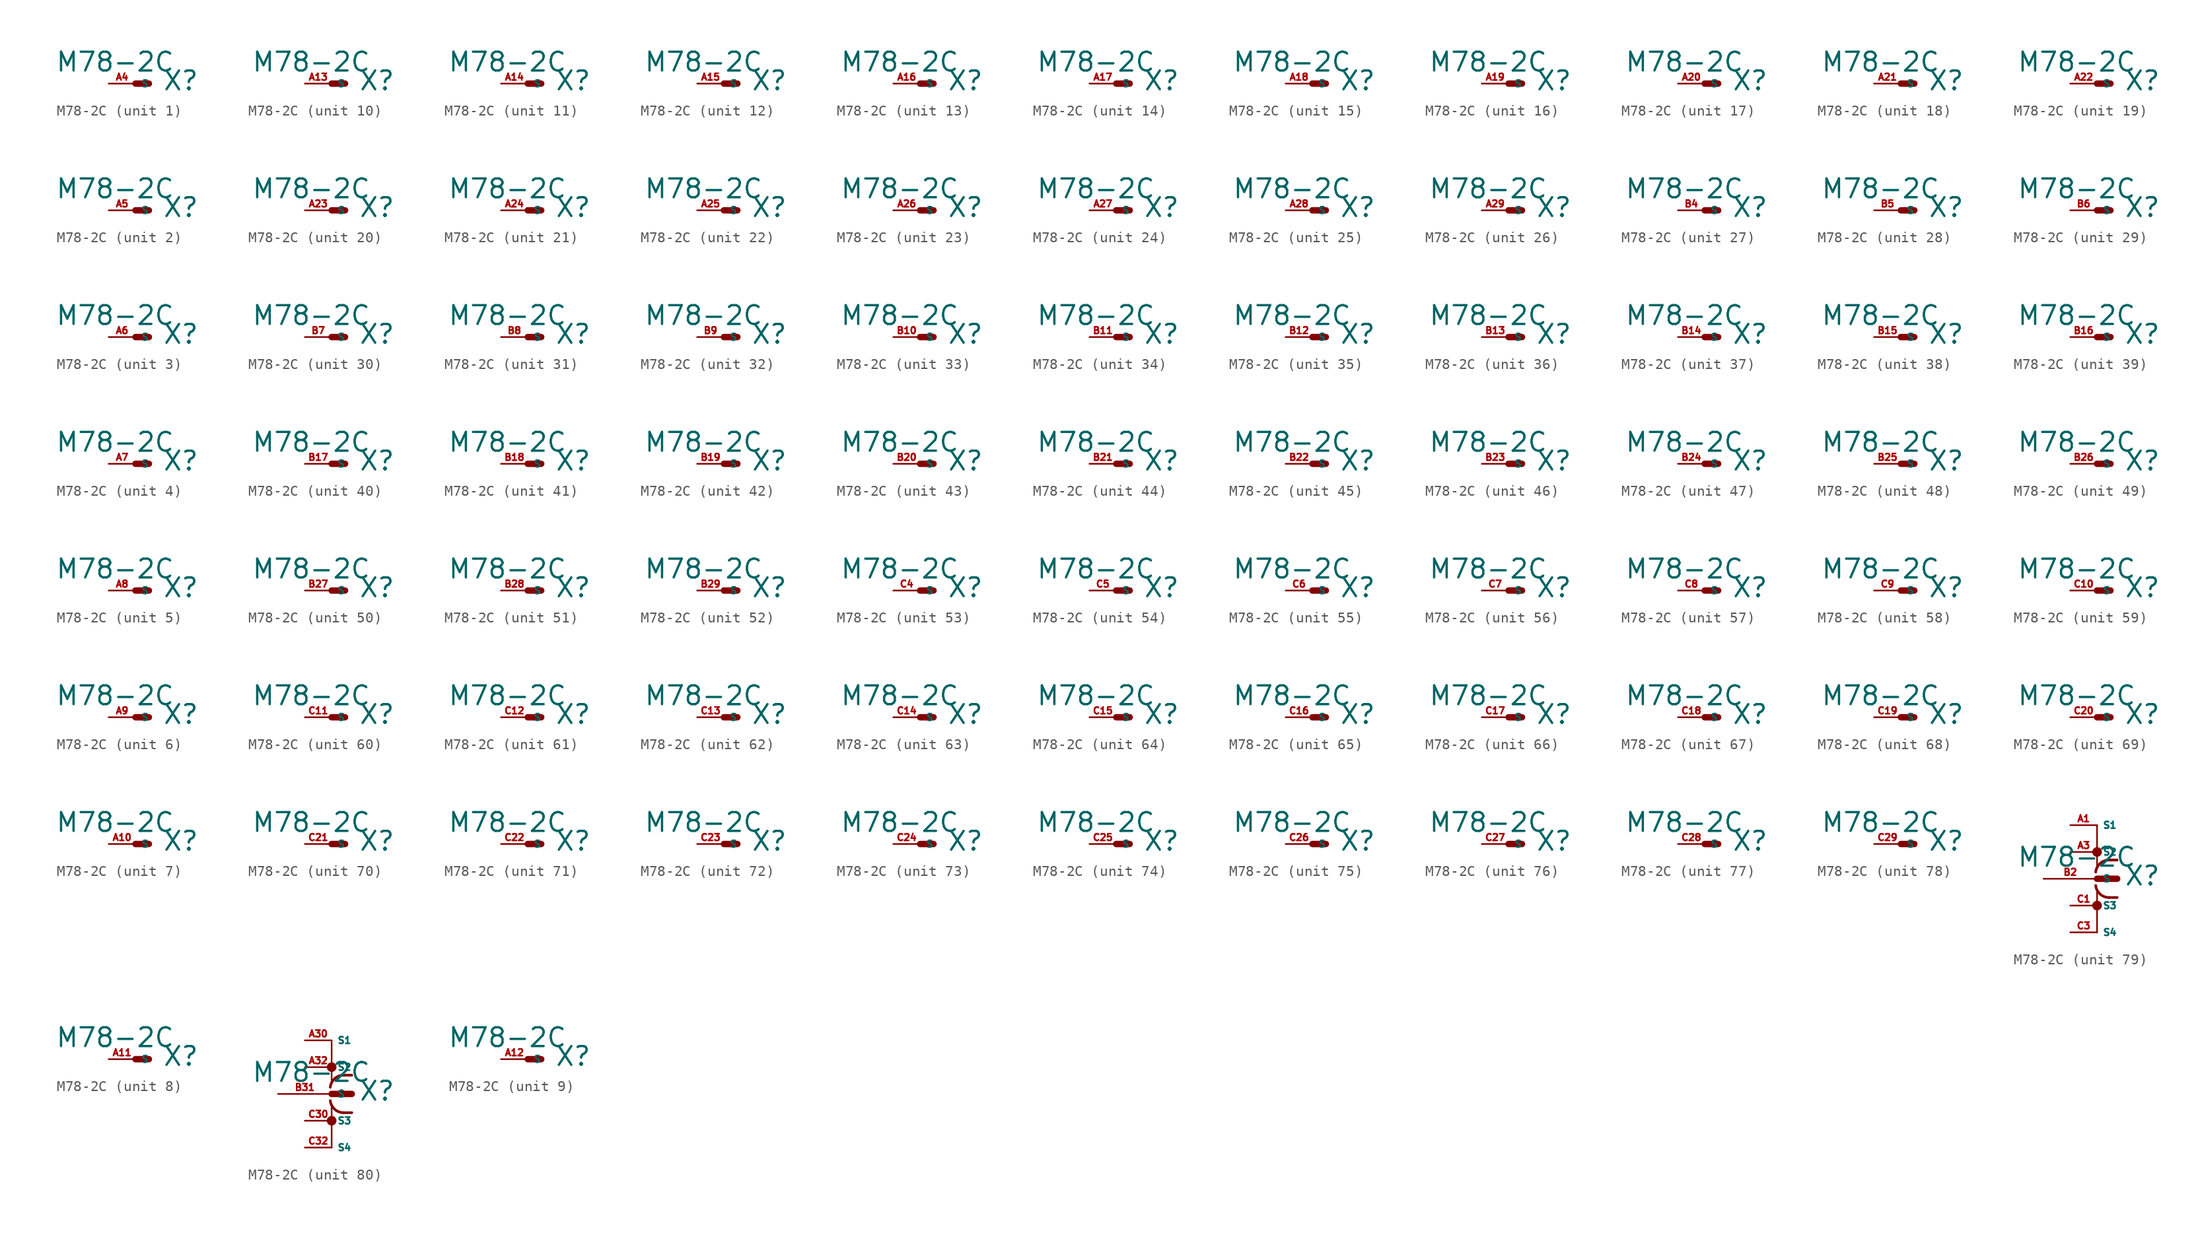
<source format=kicad_sym>
(kicad_symbol_lib
  (version 20220914)
  (generator Eagle2Kicad)
  (symbol "M78-2C"
    (property "Reference" "X"
      (at 2.54 -0.762 0)
      (effects (font (size 1.778 1.778) (thickness 0.22)) (justify left bottom)))
    (property "Value" "M78-2C"
      (at -7.62 1.016 0)
      (effects (font (size 1.778 1.778) (thickness 0.22)) (justify left bottom)))
    (symbol "M78-2C_1_0"
      (polyline (pts (xy 0 0) (xy 1.27 0)) (stroke (width 0.61) (type default)) (fill (type none)))
      (pin passive line (at -2.54 0 0) (length 2.54) (name "S" (effects (font (size 0.635 0.635) (thickness 0.08)) (justify left bottom))) (number "A4" (effects (font (size 0.635 0.635) (thickness 0.08)) (justify left bottom)))))
    (symbol "M78-2C_2_0"
      (polyline (pts (xy 0 0) (xy 1.27 0)) (stroke (width 0.61) (type default)) (fill (type none)))
      (pin passive line (at -2.54 0 0) (length 2.54) (name "S" (effects (font (size 0.635 0.635) (thickness 0.08)) (justify left bottom))) (number "A5" (effects (font (size 0.635 0.635) (thickness 0.08)) (justify left bottom)))))
    (symbol "M78-2C_3_0"
      (polyline (pts (xy 0 0) (xy 1.27 0)) (stroke (width 0.61) (type default)) (fill (type none)))
      (pin passive line (at -2.54 0 0) (length 2.54) (name "S" (effects (font (size 0.635 0.635) (thickness 0.08)) (justify left bottom))) (number "A6" (effects (font (size 0.635 0.635) (thickness 0.08)) (justify left bottom)))))
    (symbol "M78-2C_4_0"
      (polyline (pts (xy 0 0) (xy 1.27 0)) (stroke (width 0.61) (type default)) (fill (type none)))
      (pin passive line (at -2.54 0 0) (length 2.54) (name "S" (effects (font (size 0.635 0.635) (thickness 0.08)) (justify left bottom))) (number "A7" (effects (font (size 0.635 0.635) (thickness 0.08)) (justify left bottom)))))
    (symbol "M78-2C_5_0"
      (polyline (pts (xy 0 0) (xy 1.27 0)) (stroke (width 0.61) (type default)) (fill (type none)))
      (pin passive line (at -2.54 0 0) (length 2.54) (name "S" (effects (font (size 0.635 0.635) (thickness 0.08)) (justify left bottom))) (number "A8" (effects (font (size 0.635 0.635) (thickness 0.08)) (justify left bottom)))))
    (symbol "M78-2C_6_0"
      (polyline (pts (xy 0 0) (xy 1.27 0)) (stroke (width 0.61) (type default)) (fill (type none)))
      (pin passive line (at -2.54 0 0) (length 2.54) (name "S" (effects (font (size 0.635 0.635) (thickness 0.08)) (justify left bottom))) (number "A9" (effects (font (size 0.635 0.635) (thickness 0.08)) (justify left bottom)))))
    (symbol "M78-2C_7_0"
      (polyline (pts (xy 0 0) (xy 1.27 0)) (stroke (width 0.61) (type default)) (fill (type none)))
      (pin passive line (at -2.54 0 0) (length 2.54) (name "S" (effects (font (size 0.635 0.635) (thickness 0.08)) (justify left bottom))) (number "A10" (effects (font (size 0.635 0.635) (thickness 0.08)) (justify left bottom)))))
    (symbol "M78-2C_8_0"
      (polyline (pts (xy 0 0) (xy 1.27 0)) (stroke (width 0.61) (type default)) (fill (type none)))
      (pin passive line (at -2.54 0 0) (length 2.54) (name "S" (effects (font (size 0.635 0.635) (thickness 0.08)) (justify left bottom))) (number "A11" (effects (font (size 0.635 0.635) (thickness 0.08)) (justify left bottom)))))
    (symbol "M78-2C_9_0"
      (polyline (pts (xy 0 0) (xy 1.27 0)) (stroke (width 0.61) (type default)) (fill (type none)))
      (pin passive line (at -2.54 0 0) (length 2.54) (name "S" (effects (font (size 0.635 0.635) (thickness 0.08)) (justify left bottom))) (number "A12" (effects (font (size 0.635 0.635) (thickness 0.08)) (justify left bottom)))))
    (symbol "M78-2C_10_0"
      (polyline (pts (xy 0 0) (xy 1.27 0)) (stroke (width 0.61) (type default)) (fill (type none)))
      (pin passive line (at -2.54 0 0) (length 2.54) (name "S" (effects (font (size 0.635 0.635) (thickness 0.08)) (justify left bottom))) (number "A13" (effects (font (size 0.635 0.635) (thickness 0.08)) (justify left bottom)))))
    (symbol "M78-2C_11_0"
      (polyline (pts (xy 0 0) (xy 1.27 0)) (stroke (width 0.61) (type default)) (fill (type none)))
      (pin passive line (at -2.54 0 0) (length 2.54) (name "S" (effects (font (size 0.635 0.635) (thickness 0.08)) (justify left bottom))) (number "A14" (effects (font (size 0.635 0.635) (thickness 0.08)) (justify left bottom)))))
    (symbol "M78-2C_12_0"
      (polyline (pts (xy 0 0) (xy 1.27 0)) (stroke (width 0.61) (type default)) (fill (type none)))
      (pin passive line (at -2.54 0 0) (length 2.54) (name "S" (effects (font (size 0.635 0.635) (thickness 0.08)) (justify left bottom))) (number "A15" (effects (font (size 0.635 0.635) (thickness 0.08)) (justify left bottom)))))
    (symbol "M78-2C_13_0"
      (polyline (pts (xy 0 0) (xy 1.27 0)) (stroke (width 0.61) (type default)) (fill (type none)))
      (pin passive line (at -2.54 0 0) (length 2.54) (name "S" (effects (font (size 0.635 0.635) (thickness 0.08)) (justify left bottom))) (number "A16" (effects (font (size 0.635 0.635) (thickness 0.08)) (justify left bottom)))))
    (symbol "M78-2C_14_0"
      (polyline (pts (xy 0 0) (xy 1.27 0)) (stroke (width 0.61) (type default)) (fill (type none)))
      (pin passive line (at -2.54 0 0) (length 2.54) (name "S" (effects (font (size 0.635 0.635) (thickness 0.08)) (justify left bottom))) (number "A17" (effects (font (size 0.635 0.635) (thickness 0.08)) (justify left bottom)))))
    (symbol "M78-2C_15_0"
      (polyline (pts (xy 0 0) (xy 1.27 0)) (stroke (width 0.61) (type default)) (fill (type none)))
      (pin passive line (at -2.54 0 0) (length 2.54) (name "S" (effects (font (size 0.635 0.635) (thickness 0.08)) (justify left bottom))) (number "A18" (effects (font (size 0.635 0.635) (thickness 0.08)) (justify left bottom)))))
    (symbol "M78-2C_16_0"
      (polyline (pts (xy 0 0) (xy 1.27 0)) (stroke (width 0.61) (type default)) (fill (type none)))
      (pin passive line (at -2.54 0 0) (length 2.54) (name "S" (effects (font (size 0.635 0.635) (thickness 0.08)) (justify left bottom))) (number "A19" (effects (font (size 0.635 0.635) (thickness 0.08)) (justify left bottom)))))
    (symbol "M78-2C_17_0"
      (polyline (pts (xy 0 0) (xy 1.27 0)) (stroke (width 0.61) (type default)) (fill (type none)))
      (pin passive line (at -2.54 0 0) (length 2.54) (name "S" (effects (font (size 0.635 0.635) (thickness 0.08)) (justify left bottom))) (number "A20" (effects (font (size 0.635 0.635) (thickness 0.08)) (justify left bottom)))))
    (symbol "M78-2C_18_0"
      (polyline (pts (xy 0 0) (xy 1.27 0)) (stroke (width 0.61) (type default)) (fill (type none)))
      (pin passive line (at -2.54 0 0) (length 2.54) (name "S" (effects (font (size 0.635 0.635) (thickness 0.08)) (justify left bottom))) (number "A21" (effects (font (size 0.635 0.635) (thickness 0.08)) (justify left bottom)))))
    (symbol "M78-2C_19_0"
      (polyline (pts (xy 0 0) (xy 1.27 0)) (stroke (width 0.61) (type default)) (fill (type none)))
      (pin passive line (at -2.54 0 0) (length 2.54) (name "S" (effects (font (size 0.635 0.635) (thickness 0.08)) (justify left bottom))) (number "A22" (effects (font (size 0.635 0.635) (thickness 0.08)) (justify left bottom)))))
    (symbol "M78-2C_20_0"
      (polyline (pts (xy 0 0) (xy 1.27 0)) (stroke (width 0.61) (type default)) (fill (type none)))
      (pin passive line (at -2.54 0 0) (length 2.54) (name "S" (effects (font (size 0.635 0.635) (thickness 0.08)) (justify left bottom))) (number "A23" (effects (font (size 0.635 0.635) (thickness 0.08)) (justify left bottom)))))
    (symbol "M78-2C_21_0"
      (polyline (pts (xy 0 0) (xy 1.27 0)) (stroke (width 0.61) (type default)) (fill (type none)))
      (pin passive line (at -2.54 0 0) (length 2.54) (name "S" (effects (font (size 0.635 0.635) (thickness 0.08)) (justify left bottom))) (number "A24" (effects (font (size 0.635 0.635) (thickness 0.08)) (justify left bottom)))))
    (symbol "M78-2C_22_0"
      (polyline (pts (xy 0 0) (xy 1.27 0)) (stroke (width 0.61) (type default)) (fill (type none)))
      (pin passive line (at -2.54 0 0) (length 2.54) (name "S" (effects (font (size 0.635 0.635) (thickness 0.08)) (justify left bottom))) (number "A25" (effects (font (size 0.635 0.635) (thickness 0.08)) (justify left bottom)))))
    (symbol "M78-2C_23_0"
      (polyline (pts (xy 0 0) (xy 1.27 0)) (stroke (width 0.61) (type default)) (fill (type none)))
      (pin passive line (at -2.54 0 0) (length 2.54) (name "S" (effects (font (size 0.635 0.635) (thickness 0.08)) (justify left bottom))) (number "A26" (effects (font (size 0.635 0.635) (thickness 0.08)) (justify left bottom)))))
    (symbol "M78-2C_24_0"
      (polyline (pts (xy 0 0) (xy 1.27 0)) (stroke (width 0.61) (type default)) (fill (type none)))
      (pin passive line (at -2.54 0 0) (length 2.54) (name "S" (effects (font (size 0.635 0.635) (thickness 0.08)) (justify left bottom))) (number "A27" (effects (font (size 0.635 0.635) (thickness 0.08)) (justify left bottom)))))
    (symbol "M78-2C_25_0"
      (polyline (pts (xy 0 0) (xy 1.27 0)) (stroke (width 0.61) (type default)) (fill (type none)))
      (pin passive line (at -2.54 0 0) (length 2.54) (name "S" (effects (font (size 0.635 0.635) (thickness 0.08)) (justify left bottom))) (number "A28" (effects (font (size 0.635 0.635) (thickness 0.08)) (justify left bottom)))))
    (symbol "M78-2C_26_0"
      (polyline (pts (xy 0 0) (xy 1.27 0)) (stroke (width 0.61) (type default)) (fill (type none)))
      (pin passive line (at -2.54 0 0) (length 2.54) (name "S" (effects (font (size 0.635 0.635) (thickness 0.08)) (justify left bottom))) (number "A29" (effects (font (size 0.635 0.635) (thickness 0.08)) (justify left bottom)))))
    (symbol "M78-2C_27_0"
      (polyline (pts (xy 0 0) (xy 1.27 0)) (stroke (width 0.61) (type default)) (fill (type none)))
      (pin passive line (at -2.54 0 0) (length 2.54) (name "S" (effects (font (size 0.635 0.635) (thickness 0.08)) (justify left bottom))) (number "B4" (effects (font (size 0.635 0.635) (thickness 0.08)) (justify left bottom)))))
    (symbol "M78-2C_28_0"
      (polyline (pts (xy 0 0) (xy 1.27 0)) (stroke (width 0.61) (type default)) (fill (type none)))
      (pin passive line (at -2.54 0 0) (length 2.54) (name "S" (effects (font (size 0.635 0.635) (thickness 0.08)) (justify left bottom))) (number "B5" (effects (font (size 0.635 0.635) (thickness 0.08)) (justify left bottom)))))
    (symbol "M78-2C_29_0"
      (polyline (pts (xy 0 0) (xy 1.27 0)) (stroke (width 0.61) (type default)) (fill (type none)))
      (pin passive line (at -2.54 0 0) (length 2.54) (name "S" (effects (font (size 0.635 0.635) (thickness 0.08)) (justify left bottom))) (number "B6" (effects (font (size 0.635 0.635) (thickness 0.08)) (justify left bottom)))))
    (symbol "M78-2C_30_0"
      (polyline (pts (xy 0 0) (xy 1.27 0)) (stroke (width 0.61) (type default)) (fill (type none)))
      (pin passive line (at -2.54 0 0) (length 2.54) (name "S" (effects (font (size 0.635 0.635) (thickness 0.08)) (justify left bottom))) (number "B7" (effects (font (size 0.635 0.635) (thickness 0.08)) (justify left bottom)))))
    (symbol "M78-2C_31_0"
      (polyline (pts (xy 0 0) (xy 1.27 0)) (stroke (width 0.61) (type default)) (fill (type none)))
      (pin passive line (at -2.54 0 0) (length 2.54) (name "S" (effects (font (size 0.635 0.635) (thickness 0.08)) (justify left bottom))) (number "B8" (effects (font (size 0.635 0.635) (thickness 0.08)) (justify left bottom)))))
    (symbol "M78-2C_32_0"
      (polyline (pts (xy 0 0) (xy 1.27 0)) (stroke (width 0.61) (type default)) (fill (type none)))
      (pin passive line (at -2.54 0 0) (length 2.54) (name "S" (effects (font (size 0.635 0.635) (thickness 0.08)) (justify left bottom))) (number "B9" (effects (font (size 0.635 0.635) (thickness 0.08)) (justify left bottom)))))
    (symbol "M78-2C_33_0"
      (polyline (pts (xy 0 0) (xy 1.27 0)) (stroke (width 0.61) (type default)) (fill (type none)))
      (pin passive line (at -2.54 0 0) (length 2.54) (name "S" (effects (font (size 0.635 0.635) (thickness 0.08)) (justify left bottom))) (number "B10" (effects (font (size 0.635 0.635) (thickness 0.08)) (justify left bottom)))))
    (symbol "M78-2C_34_0"
      (polyline (pts (xy 0 0) (xy 1.27 0)) (stroke (width 0.61) (type default)) (fill (type none)))
      (pin passive line (at -2.54 0 0) (length 2.54) (name "S" (effects (font (size 0.635 0.635) (thickness 0.08)) (justify left bottom))) (number "B11" (effects (font (size 0.635 0.635) (thickness 0.08)) (justify left bottom)))))
    (symbol "M78-2C_35_0"
      (polyline (pts (xy 0 0) (xy 1.27 0)) (stroke (width 0.61) (type default)) (fill (type none)))
      (pin passive line (at -2.54 0 0) (length 2.54) (name "S" (effects (font (size 0.635 0.635) (thickness 0.08)) (justify left bottom))) (number "B12" (effects (font (size 0.635 0.635) (thickness 0.08)) (justify left bottom)))))
    (symbol "M78-2C_36_0"
      (polyline (pts (xy 0 0) (xy 1.27 0)) (stroke (width 0.61) (type default)) (fill (type none)))
      (pin passive line (at -2.54 0 0) (length 2.54) (name "S" (effects (font (size 0.635 0.635) (thickness 0.08)) (justify left bottom))) (number "B13" (effects (font (size 0.635 0.635) (thickness 0.08)) (justify left bottom)))))
    (symbol "M78-2C_37_0"
      (polyline (pts (xy 0 0) (xy 1.27 0)) (stroke (width 0.61) (type default)) (fill (type none)))
      (pin passive line (at -2.54 0 0) (length 2.54) (name "S" (effects (font (size 0.635 0.635) (thickness 0.08)) (justify left bottom))) (number "B14" (effects (font (size 0.635 0.635) (thickness 0.08)) (justify left bottom)))))
    (symbol "M78-2C_38_0"
      (polyline (pts (xy 0 0) (xy 1.27 0)) (stroke (width 0.61) (type default)) (fill (type none)))
      (pin passive line (at -2.54 0 0) (length 2.54) (name "S" (effects (font (size 0.635 0.635) (thickness 0.08)) (justify left bottom))) (number "B15" (effects (font (size 0.635 0.635) (thickness 0.08)) (justify left bottom)))))
    (symbol "M78-2C_39_0"
      (polyline (pts (xy 0 0) (xy 1.27 0)) (stroke (width 0.61) (type default)) (fill (type none)))
      (pin passive line (at -2.54 0 0) (length 2.54) (name "S" (effects (font (size 0.635 0.635) (thickness 0.08)) (justify left bottom))) (number "B16" (effects (font (size 0.635 0.635) (thickness 0.08)) (justify left bottom)))))
    (symbol "M78-2C_40_0"
      (polyline (pts (xy 0 0) (xy 1.27 0)) (stroke (width 0.61) (type default)) (fill (type none)))
      (pin passive line (at -2.54 0 0) (length 2.54) (name "S" (effects (font (size 0.635 0.635) (thickness 0.08)) (justify left bottom))) (number "B17" (effects (font (size 0.635 0.635) (thickness 0.08)) (justify left bottom)))))
    (symbol "M78-2C_41_0"
      (polyline (pts (xy 0 0) (xy 1.27 0)) (stroke (width 0.61) (type default)) (fill (type none)))
      (pin passive line (at -2.54 0 0) (length 2.54) (name "S" (effects (font (size 0.635 0.635) (thickness 0.08)) (justify left bottom))) (number "B18" (effects (font (size 0.635 0.635) (thickness 0.08)) (justify left bottom)))))
    (symbol "M78-2C_42_0"
      (polyline (pts (xy 0 0) (xy 1.27 0)) (stroke (width 0.61) (type default)) (fill (type none)))
      (pin passive line (at -2.54 0 0) (length 2.54) (name "S" (effects (font (size 0.635 0.635) (thickness 0.08)) (justify left bottom))) (number "B19" (effects (font (size 0.635 0.635) (thickness 0.08)) (justify left bottom)))))
    (symbol "M78-2C_43_0"
      (polyline (pts (xy 0 0) (xy 1.27 0)) (stroke (width 0.61) (type default)) (fill (type none)))
      (pin passive line (at -2.54 0 0) (length 2.54) (name "S" (effects (font (size 0.635 0.635) (thickness 0.08)) (justify left bottom))) (number "B20" (effects (font (size 0.635 0.635) (thickness 0.08)) (justify left bottom)))))
    (symbol "M78-2C_44_0"
      (polyline (pts (xy 0 0) (xy 1.27 0)) (stroke (width 0.61) (type default)) (fill (type none)))
      (pin passive line (at -2.54 0 0) (length 2.54) (name "S" (effects (font (size 0.635 0.635) (thickness 0.08)) (justify left bottom))) (number "B21" (effects (font (size 0.635 0.635) (thickness 0.08)) (justify left bottom)))))
    (symbol "M78-2C_45_0"
      (polyline (pts (xy 0 0) (xy 1.27 0)) (stroke (width 0.61) (type default)) (fill (type none)))
      (pin passive line (at -2.54 0 0) (length 2.54) (name "S" (effects (font (size 0.635 0.635) (thickness 0.08)) (justify left bottom))) (number "B22" (effects (font (size 0.635 0.635) (thickness 0.08)) (justify left bottom)))))
    (symbol "M78-2C_46_0"
      (polyline (pts (xy 0 0) (xy 1.27 0)) (stroke (width 0.61) (type default)) (fill (type none)))
      (pin passive line (at -2.54 0 0) (length 2.54) (name "S" (effects (font (size 0.635 0.635) (thickness 0.08)) (justify left bottom))) (number "B23" (effects (font (size 0.635 0.635) (thickness 0.08)) (justify left bottom)))))
    (symbol "M78-2C_47_0"
      (polyline (pts (xy 0 0) (xy 1.27 0)) (stroke (width 0.61) (type default)) (fill (type none)))
      (pin passive line (at -2.54 0 0) (length 2.54) (name "S" (effects (font (size 0.635 0.635) (thickness 0.08)) (justify left bottom))) (number "B24" (effects (font (size 0.635 0.635) (thickness 0.08)) (justify left bottom)))))
    (symbol "M78-2C_48_0"
      (polyline (pts (xy 0 0) (xy 1.27 0)) (stroke (width 0.61) (type default)) (fill (type none)))
      (pin passive line (at -2.54 0 0) (length 2.54) (name "S" (effects (font (size 0.635 0.635) (thickness 0.08)) (justify left bottom))) (number "B25" (effects (font (size 0.635 0.635) (thickness 0.08)) (justify left bottom)))))
    (symbol "M78-2C_49_0"
      (polyline (pts (xy 0 0) (xy 1.27 0)) (stroke (width 0.61) (type default)) (fill (type none)))
      (pin passive line (at -2.54 0 0) (length 2.54) (name "S" (effects (font (size 0.635 0.635) (thickness 0.08)) (justify left bottom))) (number "B26" (effects (font (size 0.635 0.635) (thickness 0.08)) (justify left bottom)))))
    (symbol "M78-2C_50_0"
      (polyline (pts (xy 0 0) (xy 1.27 0)) (stroke (width 0.61) (type default)) (fill (type none)))
      (pin passive line (at -2.54 0 0) (length 2.54) (name "S" (effects (font (size 0.635 0.635) (thickness 0.08)) (justify left bottom))) (number "B27" (effects (font (size 0.635 0.635) (thickness 0.08)) (justify left bottom)))))
    (symbol "M78-2C_51_0"
      (polyline (pts (xy 0 0) (xy 1.27 0)) (stroke (width 0.61) (type default)) (fill (type none)))
      (pin passive line (at -2.54 0 0) (length 2.54) (name "S" (effects (font (size 0.635 0.635) (thickness 0.08)) (justify left bottom))) (number "B28" (effects (font (size 0.635 0.635) (thickness 0.08)) (justify left bottom)))))
    (symbol "M78-2C_52_0"
      (polyline (pts (xy 0 0) (xy 1.27 0)) (stroke (width 0.61) (type default)) (fill (type none)))
      (pin passive line (at -2.54 0 0) (length 2.54) (name "S" (effects (font (size 0.635 0.635) (thickness 0.08)) (justify left bottom))) (number "B29" (effects (font (size 0.635 0.635) (thickness 0.08)) (justify left bottom)))))
    (symbol "M78-2C_53_0"
      (polyline (pts (xy 0 0) (xy 1.27 0)) (stroke (width 0.61) (type default)) (fill (type none)))
      (pin passive line (at -2.54 0 0) (length 2.54) (name "S" (effects (font (size 0.635 0.635) (thickness 0.08)) (justify left bottom))) (number "C4" (effects (font (size 0.635 0.635) (thickness 0.08)) (justify left bottom)))))
    (symbol "M78-2C_54_0"
      (polyline (pts (xy 0 0) (xy 1.27 0)) (stroke (width 0.61) (type default)) (fill (type none)))
      (pin passive line (at -2.54 0 0) (length 2.54) (name "S" (effects (font (size 0.635 0.635) (thickness 0.08)) (justify left bottom))) (number "C5" (effects (font (size 0.635 0.635) (thickness 0.08)) (justify left bottom)))))
    (symbol "M78-2C_55_0"
      (polyline (pts (xy 0 0) (xy 1.27 0)) (stroke (width 0.61) (type default)) (fill (type none)))
      (pin passive line (at -2.54 0 0) (length 2.54) (name "S" (effects (font (size 0.635 0.635) (thickness 0.08)) (justify left bottom))) (number "C6" (effects (font (size 0.635 0.635) (thickness 0.08)) (justify left bottom)))))
    (symbol "M78-2C_56_0"
      (polyline (pts (xy 0 0) (xy 1.27 0)) (stroke (width 0.61) (type default)) (fill (type none)))
      (pin passive line (at -2.54 0 0) (length 2.54) (name "S" (effects (font (size 0.635 0.635) (thickness 0.08)) (justify left bottom))) (number "C7" (effects (font (size 0.635 0.635) (thickness 0.08)) (justify left bottom)))))
    (symbol "M78-2C_57_0"
      (polyline (pts (xy 0 0) (xy 1.27 0)) (stroke (width 0.61) (type default)) (fill (type none)))
      (pin passive line (at -2.54 0 0) (length 2.54) (name "S" (effects (font (size 0.635 0.635) (thickness 0.08)) (justify left bottom))) (number "C8" (effects (font (size 0.635 0.635) (thickness 0.08)) (justify left bottom)))))
    (symbol "M78-2C_58_0"
      (polyline (pts (xy 0 0) (xy 1.27 0)) (stroke (width 0.61) (type default)) (fill (type none)))
      (pin passive line (at -2.54 0 0) (length 2.54) (name "S" (effects (font (size 0.635 0.635) (thickness 0.08)) (justify left bottom))) (number "C9" (effects (font (size 0.635 0.635) (thickness 0.08)) (justify left bottom)))))
    (symbol "M78-2C_59_0"
      (polyline (pts (xy 0 0) (xy 1.27 0)) (stroke (width 0.61) (type default)) (fill (type none)))
      (pin passive line (at -2.54 0 0) (length 2.54) (name "S" (effects (font (size 0.635 0.635) (thickness 0.08)) (justify left bottom))) (number "C10" (effects (font (size 0.635 0.635) (thickness 0.08)) (justify left bottom)))))
    (symbol "M78-2C_60_0"
      (polyline (pts (xy 0 0) (xy 1.27 0)) (stroke (width 0.61) (type default)) (fill (type none)))
      (pin passive line (at -2.54 0 0) (length 2.54) (name "S" (effects (font (size 0.635 0.635) (thickness 0.08)) (justify left bottom))) (number "C11" (effects (font (size 0.635 0.635) (thickness 0.08)) (justify left bottom)))))
    (symbol "M78-2C_61_0"
      (polyline (pts (xy 0 0) (xy 1.27 0)) (stroke (width 0.61) (type default)) (fill (type none)))
      (pin passive line (at -2.54 0 0) (length 2.54) (name "S" (effects (font (size 0.635 0.635) (thickness 0.08)) (justify left bottom))) (number "C12" (effects (font (size 0.635 0.635) (thickness 0.08)) (justify left bottom)))))
    (symbol "M78-2C_62_0"
      (polyline (pts (xy 0 0) (xy 1.27 0)) (stroke (width 0.61) (type default)) (fill (type none)))
      (pin passive line (at -2.54 0 0) (length 2.54) (name "S" (effects (font (size 0.635 0.635) (thickness 0.08)) (justify left bottom))) (number "C13" (effects (font (size 0.635 0.635) (thickness 0.08)) (justify left bottom)))))
    (symbol "M78-2C_63_0"
      (polyline (pts (xy 0 0) (xy 1.27 0)) (stroke (width 0.61) (type default)) (fill (type none)))
      (pin passive line (at -2.54 0 0) (length 2.54) (name "S" (effects (font (size 0.635 0.635) (thickness 0.08)) (justify left bottom))) (number "C14" (effects (font (size 0.635 0.635) (thickness 0.08)) (justify left bottom)))))
    (symbol "M78-2C_64_0"
      (polyline (pts (xy 0 0) (xy 1.27 0)) (stroke (width 0.61) (type default)) (fill (type none)))
      (pin passive line (at -2.54 0 0) (length 2.54) (name "S" (effects (font (size 0.635 0.635) (thickness 0.08)) (justify left bottom))) (number "C15" (effects (font (size 0.635 0.635) (thickness 0.08)) (justify left bottom)))))
    (symbol "M78-2C_65_0"
      (polyline (pts (xy 0 0) (xy 1.27 0)) (stroke (width 0.61) (type default)) (fill (type none)))
      (pin passive line (at -2.54 0 0) (length 2.54) (name "S" (effects (font (size 0.635 0.635) (thickness 0.08)) (justify left bottom))) (number "C16" (effects (font (size 0.635 0.635) (thickness 0.08)) (justify left bottom)))))
    (symbol "M78-2C_66_0"
      (polyline (pts (xy 0 0) (xy 1.27 0)) (stroke (width 0.61) (type default)) (fill (type none)))
      (pin passive line (at -2.54 0 0) (length 2.54) (name "S" (effects (font (size 0.635 0.635) (thickness 0.08)) (justify left bottom))) (number "C17" (effects (font (size 0.635 0.635) (thickness 0.08)) (justify left bottom)))))
    (symbol "M78-2C_67_0"
      (polyline (pts (xy 0 0) (xy 1.27 0)) (stroke (width 0.61) (type default)) (fill (type none)))
      (pin passive line (at -2.54 0 0) (length 2.54) (name "S" (effects (font (size 0.635 0.635) (thickness 0.08)) (justify left bottom))) (number "C18" (effects (font (size 0.635 0.635) (thickness 0.08)) (justify left bottom)))))
    (symbol "M78-2C_68_0"
      (polyline (pts (xy 0 0) (xy 1.27 0)) (stroke (width 0.61) (type default)) (fill (type none)))
      (pin passive line (at -2.54 0 0) (length 2.54) (name "S" (effects (font (size 0.635 0.635) (thickness 0.08)) (justify left bottom))) (number "C19" (effects (font (size 0.635 0.635) (thickness 0.08)) (justify left bottom)))))
    (symbol "M78-2C_69_0"
      (polyline (pts (xy 0 0) (xy 1.27 0)) (stroke (width 0.61) (type default)) (fill (type none)))
      (pin passive line (at -2.54 0 0) (length 2.54) (name "S" (effects (font (size 0.635 0.635) (thickness 0.08)) (justify left bottom))) (number "C20" (effects (font (size 0.635 0.635) (thickness 0.08)) (justify left bottom)))))
    (symbol "M78-2C_70_0"
      (polyline (pts (xy 0 0) (xy 1.27 0)) (stroke (width 0.61) (type default)) (fill (type none)))
      (pin passive line (at -2.54 0 0) (length 2.54) (name "S" (effects (font (size 0.635 0.635) (thickness 0.08)) (justify left bottom))) (number "C21" (effects (font (size 0.635 0.635) (thickness 0.08)) (justify left bottom)))))
    (symbol "M78-2C_71_0"
      (polyline (pts (xy 0 0) (xy 1.27 0)) (stroke (width 0.61) (type default)) (fill (type none)))
      (pin passive line (at -2.54 0 0) (length 2.54) (name "S" (effects (font (size 0.635 0.635) (thickness 0.08)) (justify left bottom))) (number "C22" (effects (font (size 0.635 0.635) (thickness 0.08)) (justify left bottom)))))
    (symbol "M78-2C_72_0"
      (polyline (pts (xy 0 0) (xy 1.27 0)) (stroke (width 0.61) (type default)) (fill (type none)))
      (pin passive line (at -2.54 0 0) (length 2.54) (name "S" (effects (font (size 0.635 0.635) (thickness 0.08)) (justify left bottom))) (number "C23" (effects (font (size 0.635 0.635) (thickness 0.08)) (justify left bottom)))))
    (symbol "M78-2C_73_0"
      (polyline (pts (xy 0 0) (xy 1.27 0)) (stroke (width 0.61) (type default)) (fill (type none)))
      (pin passive line (at -2.54 0 0) (length 2.54) (name "S" (effects (font (size 0.635 0.635) (thickness 0.08)) (justify left bottom))) (number "C24" (effects (font (size 0.635 0.635) (thickness 0.08)) (justify left bottom)))))
    (symbol "M78-2C_74_0"
      (polyline (pts (xy 0 0) (xy 1.27 0)) (stroke (width 0.61) (type default)) (fill (type none)))
      (pin passive line (at -2.54 0 0) (length 2.54) (name "S" (effects (font (size 0.635 0.635) (thickness 0.08)) (justify left bottom))) (number "C25" (effects (font (size 0.635 0.635) (thickness 0.08)) (justify left bottom)))))
    (symbol "M78-2C_75_0"
      (polyline (pts (xy 0 0) (xy 1.27 0)) (stroke (width 0.61) (type default)) (fill (type none)))
      (pin passive line (at -2.54 0 0) (length 2.54) (name "S" (effects (font (size 0.635 0.635) (thickness 0.08)) (justify left bottom))) (number "C26" (effects (font (size 0.635 0.635) (thickness 0.08)) (justify left bottom)))))
    (symbol "M78-2C_76_0"
      (polyline (pts (xy 0 0) (xy 1.27 0)) (stroke (width 0.61) (type default)) (fill (type none)))
      (pin passive line (at -2.54 0 0) (length 2.54) (name "S" (effects (font (size 0.635 0.635) (thickness 0.08)) (justify left bottom))) (number "C27" (effects (font (size 0.635 0.635) (thickness 0.08)) (justify left bottom)))))
    (symbol "M78-2C_77_0"
      (polyline (pts (xy 0 0) (xy 1.27 0)) (stroke (width 0.61) (type default)) (fill (type none)))
      (pin passive line (at -2.54 0 0) (length 2.54) (name "S" (effects (font (size 0.635 0.635) (thickness 0.08)) (justify left bottom))) (number "C28" (effects (font (size 0.635 0.635) (thickness 0.08)) (justify left bottom)))))
    (symbol "M78-2C_78_0"
      (polyline (pts (xy 0 0) (xy 1.27 0)) (stroke (width 0.61) (type default)) (fill (type none)))
      (pin passive line (at -2.54 0 0) (length 2.54) (name "S" (effects (font (size 0.635 0.635) (thickness 0.08)) (justify left bottom))) (number "C29" (effects (font (size 0.635 0.635) (thickness 0.08)) (justify left bottom)))))
    (symbol "M78-2C_79_0"
      (polyline (pts (xy 0 0) (xy 1.905 0)) (stroke (width 0.61) (type default)) (fill (type none)))
      (polyline (pts (xy 0 5.08) (xy 0 1.27)) (stroke (width 0.152) (type default)) (fill (type none)))
      (polyline (pts (xy 0 -5.08) (xy 0 -1.27)) (stroke (width 0.152) (type default)) (fill (type none)))
      (polyline (pts (xy 1.905 1.778) (xy 1.143 1.778)) (stroke (width 0.254) (type default)) (fill (type none)))
      (polyline (pts (xy 1.905 -1.778) (xy 1.143 -1.778)) (stroke (width 0.254) (type default)) (fill (type none)))
      (arc (start 1.143 1.778) (mid 0.287 1.452) (end -0.127 0.635) (stroke (width 0.254) (type default)) (fill (type none)))
      (arc (start -0.127 -0.635) (mid 0.287 -1.452) (end 1.143 -1.778) (stroke (width 0.254) (type default)) (fill (type none)))
      (circle (center 0 2.54) (radius 0.254) (stroke (width 0.406) (type default)) (fill (type none)))
      (circle (center 0 -2.54) (radius 0.254) (stroke (width 0.406) (type default)) (fill (type none)))
      (pin passive line (at -5.08 0 0) (length 5.08) (name "S" (effects (font (size 0.635 0.635) (thickness 0.08)) (justify left bottom))) (number "B2" (effects (font (size 0.635 0.635) (thickness 0.08)) (justify left bottom))))
      (pin passive line (at -2.54 5.08 0) (length 2.54) (name "S1" (effects (font (size 0.635 0.635) (thickness 0.08)) (justify left bottom))) (number "A1" (effects (font (size 0.635 0.635) (thickness 0.08)) (justify left bottom))))
      (pin passive line (at -2.54 2.54 0) (length 2.54) (name "S2" (effects (font (size 0.635 0.635) (thickness 0.08)) (justify left bottom))) (number "A3" (effects (font (size 0.635 0.635) (thickness 0.08)) (justify left bottom))))
      (pin passive line (at -2.54 -2.54 0) (length 2.54) (name "S3" (effects (font (size 0.635 0.635) (thickness 0.08)) (justify left bottom))) (number "C1" (effects (font (size 0.635 0.635) (thickness 0.08)) (justify left bottom))))
      (pin passive line (at -2.54 -5.08 0) (length 2.54) (name "S4" (effects (font (size 0.635 0.635) (thickness 0.08)) (justify left bottom))) (number "C3" (effects (font (size 0.635 0.635) (thickness 0.08)) (justify left bottom)))))
    (symbol "M78-2C_80_0"
      (polyline (pts (xy 0 0) (xy 1.905 0)) (stroke (width 0.61) (type default)) (fill (type none)))
      (polyline (pts (xy 0 5.08) (xy 0 1.27)) (stroke (width 0.152) (type default)) (fill (type none)))
      (polyline (pts (xy 0 -5.08) (xy 0 -1.27)) (stroke (width 0.152) (type default)) (fill (type none)))
      (polyline (pts (xy 1.905 1.778) (xy 1.143 1.778)) (stroke (width 0.254) (type default)) (fill (type none)))
      (polyline (pts (xy 1.905 -1.778) (xy 1.143 -1.778)) (stroke (width 0.254) (type default)) (fill (type none)))
      (arc (start 1.143 1.778) (mid 0.287 1.452) (end -0.127 0.635) (stroke (width 0.254) (type default)) (fill (type none)))
      (arc (start -0.127 -0.635) (mid 0.287 -1.452) (end 1.143 -1.778) (stroke (width 0.254) (type default)) (fill (type none)))
      (circle (center 0 2.54) (radius 0.254) (stroke (width 0.406) (type default)) (fill (type none)))
      (circle (center 0 -2.54) (radius 0.254) (stroke (width 0.406) (type default)) (fill (type none)))
      (pin passive line (at -5.08 0 0) (length 5.08) (name "S" (effects (font (size 0.635 0.635) (thickness 0.08)) (justify left bottom))) (number "B31" (effects (font (size 0.635 0.635) (thickness 0.08)) (justify left bottom))))
      (pin passive line (at -2.54 5.08 0) (length 2.54) (name "S1" (effects (font (size 0.635 0.635) (thickness 0.08)) (justify left bottom))) (number "A30" (effects (font (size 0.635 0.635) (thickness 0.08)) (justify left bottom))))
      (pin passive line (at -2.54 2.54 0) (length 2.54) (name "S2" (effects (font (size 0.635 0.635) (thickness 0.08)) (justify left bottom))) (number "A32" (effects (font (size 0.635 0.635) (thickness 0.08)) (justify left bottom))))
      (pin passive line (at -2.54 -2.54 0) (length 2.54) (name "S3" (effects (font (size 0.635 0.635) (thickness 0.08)) (justify left bottom))) (number "C30" (effects (font (size 0.635 0.635) (thickness 0.08)) (justify left bottom))))
      (pin passive line (at -2.54 -5.08 0) (length 2.54) (name "S4" (effects (font (size 0.635 0.635) (thickness 0.08)) (justify left bottom))) (number "C32" (effects (font (size 0.635 0.635) (thickness 0.08)) (justify left bottom)))))))
</source>
